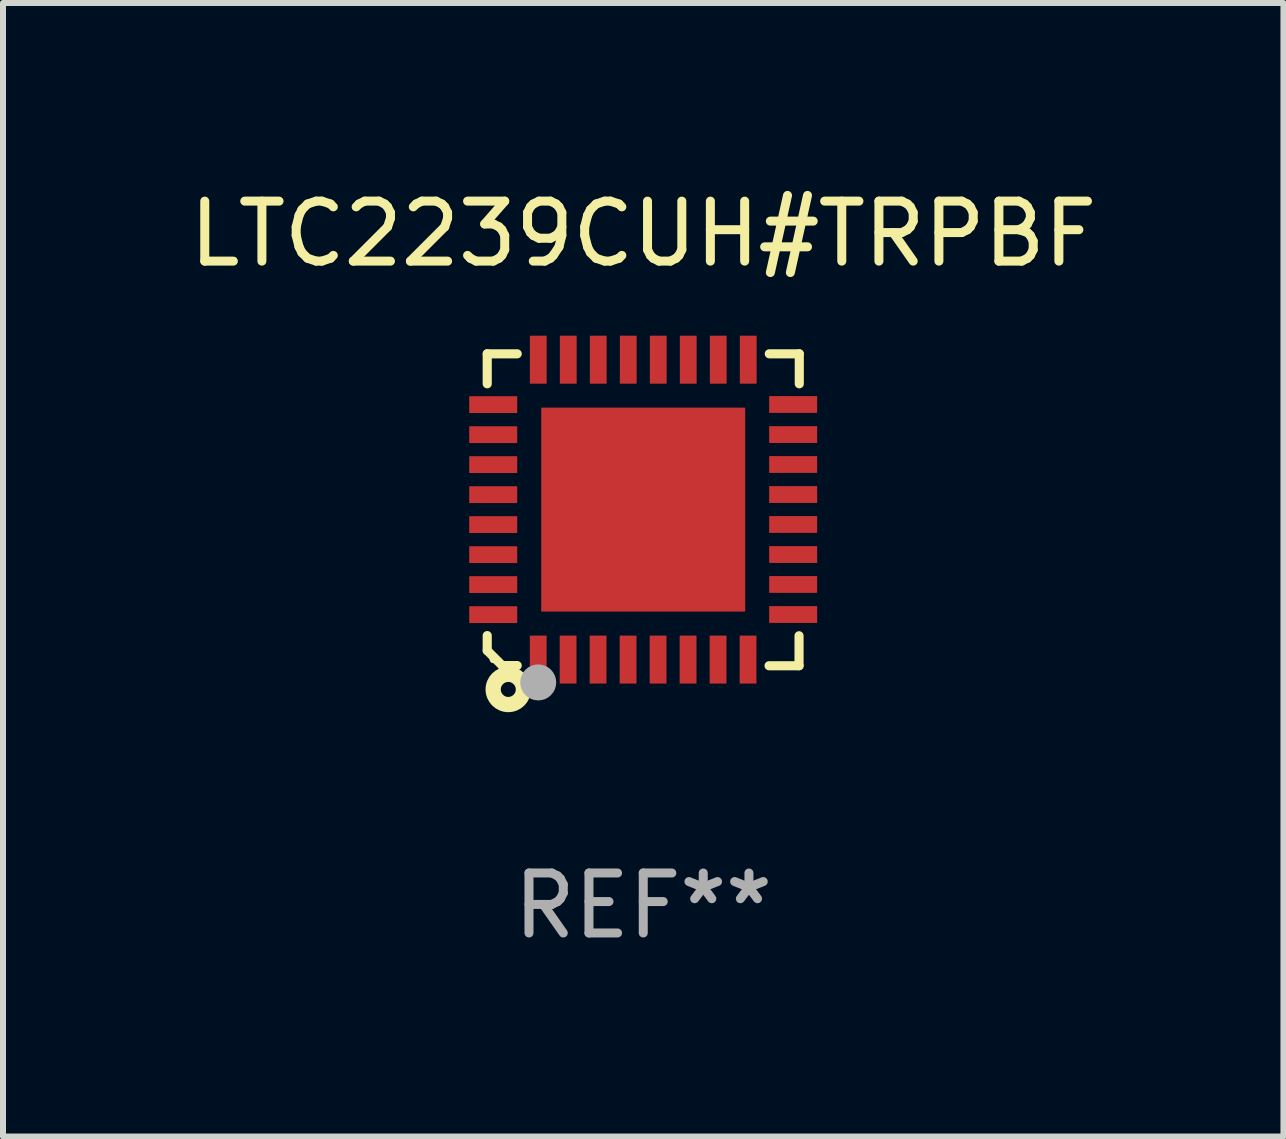
<source format=kicad_pcb>
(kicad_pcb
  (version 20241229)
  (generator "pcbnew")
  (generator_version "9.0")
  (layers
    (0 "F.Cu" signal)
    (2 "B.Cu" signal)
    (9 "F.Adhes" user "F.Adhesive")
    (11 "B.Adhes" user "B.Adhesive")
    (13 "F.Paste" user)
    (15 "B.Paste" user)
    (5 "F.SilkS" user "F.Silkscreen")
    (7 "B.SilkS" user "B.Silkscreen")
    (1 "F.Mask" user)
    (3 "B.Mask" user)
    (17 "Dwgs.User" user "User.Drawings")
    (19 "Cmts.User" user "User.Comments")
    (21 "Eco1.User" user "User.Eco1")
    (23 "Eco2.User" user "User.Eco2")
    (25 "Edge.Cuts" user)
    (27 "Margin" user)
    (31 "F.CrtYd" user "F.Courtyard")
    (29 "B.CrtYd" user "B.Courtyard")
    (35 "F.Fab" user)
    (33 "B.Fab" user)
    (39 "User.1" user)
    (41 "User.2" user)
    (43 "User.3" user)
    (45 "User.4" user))
  (footprint "LTC2239CUH#TRPBF"
    (layer "F.Cu")
    (at 7.673 5.448)
    (property "Reference" "LTC2239CUH#TRPBF" (at 0 -4.6 0) (layer "F.SilkS") (effects (font (size 1 1) (thickness 0.15))))
    (attr through_hole)
    (fp_line (start -2.601 2.097) (end -2.601 2.347) (stroke (width 0.152) (type solid)) (layer "F.SilkS"))
    (fp_line (start -2.601 2.347) (end -2.351 2.597) (stroke (width 0.152) (type solid)) (layer "F.SilkS"))
    (fp_line (start -2.601 -2.6) (end -2.601 -2.1) (stroke (width 0.152) (type solid)) (layer "F.SilkS"))
    (fp_line (start -2.601 -2.6) (end -2.101 -2.6) (stroke (width 0.152) (type solid)) (layer "F.SilkS"))
    (fp_line (start -2.351 2.597) (end -2.101 2.597) (stroke (width 0.152) (type solid)) (layer "F.SilkS"))
    (fp_line (start 2.597 2.6) (end 2.097 2.6) (stroke (width 0.152) (type solid)) (layer "F.SilkS"))
    (fp_line (start 2.597 2.6) (end 2.597 2.1) (stroke (width 0.152) (type solid)) (layer "F.SilkS"))
    (fp_line (start 2.601 -2.6) (end 2.101 -2.6) (stroke (width 0.152) (type solid)) (layer "F.SilkS"))
    (fp_line (start 2.601 -2.6) (end 2.601 -2.1) (stroke (width 0.152) (type solid)) (layer "F.SilkS"))
    (fp_circle (center -2.501 2.497) (end -2.471 2.497) (stroke (width 0.06) (type solid)) (fill no) (layer "F.SilkS"))
    (fp_circle (center -2.25 2.995) (end -2.125 2.995) (stroke (width 0.254) (type solid)) (fill no) (layer "F.SilkS"))
    (fp_circle (center -1.751 2.878) (end -1.601 2.878) (stroke (width 0.3) (type solid)) (fill no) (layer "F.Fab"))
    (fp_text user "REF**" (at 0 6.6 0) (layer "F.Fab") (effects (font (size 1 1) (thickness 0.15))))
    (pad "1" smd rect (at -1.751 2.497) (size 0.28 0.8) (layers "F.Cu" "F.Mask" "F.Paste"))
    (pad "2" smd rect (at -1.253 2.497) (size 0.28 0.8) (layers "F.Cu" "F.Mask" "F.Paste"))
    (pad "3" smd rect (at -0.753 2.497) (size 0.28 0.8) (layers "F.Cu" "F.Mask" "F.Paste"))
    (pad "4" smd rect (at -0.253 2.497) (size 0.28 0.8) (layers "F.Cu" "F.Mask" "F.Paste"))
    (pad "5" smd rect (at 0.247 2.497) (size 0.28 0.8) (layers "F.Cu" "F.Mask" "F.Paste"))
    (pad "6" smd rect (at 0.747 2.497) (size 0.28 0.8) (layers "F.Cu" "F.Mask" "F.Paste"))
    (pad "7" smd rect (at 1.247 2.497) (size 0.28 0.8) (layers "F.Cu" "F.Mask" "F.Paste"))
    (pad "8" smd rect (at 1.747 2.497) (size 0.28 0.8) (layers "F.Cu" "F.Mask" "F.Paste"))
    (pad "9" smd rect (at 2.499 1.746) (size 0.8 0.28) (layers "F.Cu" "F.Mask" "F.Paste"))
    (pad "10" smd rect (at 2.499 1.245) (size 0.8 0.28) (layers "F.Cu" "F.Mask" "F.Paste"))
    (pad "11" smd rect (at 2.499 0.746) (size 0.8 0.28) (layers "F.Cu" "F.Mask" "F.Paste"))
    (pad "12" smd rect (at 2.499 0.245) (size 0.8 0.28) (layers "F.Cu" "F.Mask" "F.Paste"))
    (pad "13" smd rect (at 2.499 -0.254) (size 0.8 0.28) (layers "F.Cu" "F.Mask" "F.Paste"))
    (pad "14" smd rect (at 2.499 -0.755) (size 0.8 0.28) (layers "F.Cu" "F.Mask" "F.Paste"))
    (pad "15" smd rect (at 2.499 -1.254) (size 0.8 0.28) (layers "F.Cu" "F.Mask" "F.Paste"))
    (pad "16" smd rect (at 2.499 -1.755) (size 0.8 0.28) (layers "F.Cu" "F.Mask" "F.Paste"))
    (pad "17" smd rect (at 1.75 -2.502) (size 0.28 0.8) (layers "F.Cu" "F.Mask" "F.Paste"))
    (pad "18" smd rect (at 1.25 -2.502) (size 0.28 0.8) (layers "F.Cu" "F.Mask" "F.Paste"))
    (pad "19" smd rect (at 0.75 -2.502) (size 0.28 0.8) (layers "F.Cu" "F.Mask" "F.Paste"))
    (pad "20" smd rect (at 0.25 -2.502) (size 0.28 0.8) (layers "F.Cu" "F.Mask" "F.Paste"))
    (pad "21" smd rect (at -0.25 -2.502) (size 0.28 0.8) (layers "F.Cu" "F.Mask" "F.Paste"))
    (pad "22" smd rect (at -0.75 -2.502) (size 0.28 0.8) (layers "F.Cu" "F.Mask" "F.Paste"))
    (pad "23" smd rect (at -1.25 -2.502) (size 0.28 0.8) (layers "F.Cu" "F.Mask" "F.Paste"))
    (pad "24" smd rect (at -1.75 -2.502) (size 0.28 0.8) (layers "F.Cu" "F.Mask" "F.Paste"))
    (pad "25" smd rect (at -2.501 -1.753) (size 0.8 0.28) (layers "F.Cu" "F.Mask" "F.Paste"))
    (pad "26" smd rect (at -2.501 -1.252) (size 0.8 0.28) (layers "F.Cu" "F.Mask" "F.Paste"))
    (pad "27" smd rect (at -2.501 -0.753) (size 0.8 0.28) (layers "F.Cu" "F.Mask" "F.Paste"))
    (pad "28" smd rect (at -2.501 -0.252) (size 0.8 0.28) (layers "F.Cu" "F.Mask" "F.Paste"))
    (pad "29" smd rect (at -2.501 0.247) (size 0.8 0.28) (layers "F.Cu" "F.Mask" "F.Paste"))
    (pad "30" smd rect (at -2.501 0.748) (size 0.8 0.28) (layers "F.Cu" "F.Mask" "F.Paste"))
    (pad "31" smd rect (at -2.501 1.247) (size 0.8 0.28) (layers "F.Cu" "F.Mask" "F.Paste"))
    (pad "32" smd rect (at -2.501 1.748) (size 0.8 0.28) (layers "F.Cu" "F.Mask" "F.Paste"))
    (pad "33" smd rect (at -0.001 -0.003 180) (size 3.4 3.4) (layers "F.Cu" "F.Mask" "F.Paste")))
  (gr_rect
    (start -3 -3)
    (end 18.345 15.896)
    (stroke (width 0.1) (type default))
    (fill no)
    (layer "Edge.Cuts")))
</source>
